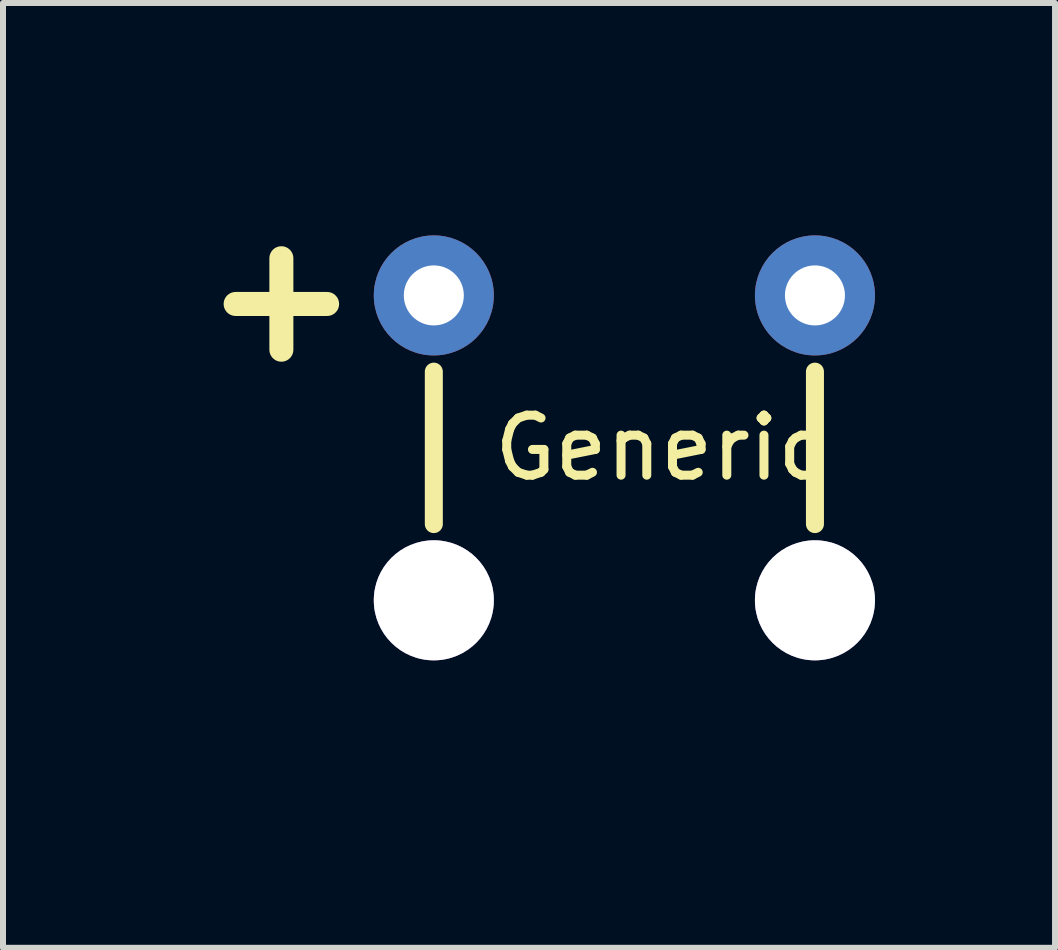
<source format=kicad_pcb>
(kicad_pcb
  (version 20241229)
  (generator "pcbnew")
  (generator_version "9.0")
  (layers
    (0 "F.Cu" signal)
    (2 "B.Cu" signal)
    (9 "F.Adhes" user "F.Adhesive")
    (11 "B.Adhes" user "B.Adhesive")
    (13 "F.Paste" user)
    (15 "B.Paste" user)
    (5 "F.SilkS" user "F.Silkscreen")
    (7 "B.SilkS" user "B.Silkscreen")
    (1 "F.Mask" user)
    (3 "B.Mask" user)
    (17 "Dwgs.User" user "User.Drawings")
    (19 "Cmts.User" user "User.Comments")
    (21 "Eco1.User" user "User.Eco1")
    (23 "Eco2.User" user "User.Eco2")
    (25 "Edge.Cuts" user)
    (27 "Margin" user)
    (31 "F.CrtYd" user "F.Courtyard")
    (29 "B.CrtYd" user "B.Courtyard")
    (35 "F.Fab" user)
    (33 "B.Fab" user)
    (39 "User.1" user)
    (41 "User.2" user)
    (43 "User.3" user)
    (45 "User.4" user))
  (footprint "Generic"
    (layer "F.Cu")
    (at 7.988 9.492)
    (property "Reference" "Generic" (at 0 -5.08 0) (layer "F.SilkS") (effects (font (size 1 1) (thickness 0.15))))
    (attr through_hole)
    (fp_line (start -3.81 -6.35) (end -3.81 -3.81) (stroke (width 0.3) (type solid)) (layer "F.SilkS"))
    (fp_line (start 2.54 -6.35) (end 2.54 -3.81) (stroke (width 0.3) (type solid)) (layer "F.SilkS"))
    (fp_text user "+" (at -6.35 -7.62 0) (layer "F.SilkS") (effects (font (size 2 2) (thickness 0.4))))
    (pad "" thru_hole circle (at -3.81 -2.54) (size 2 2) (drill 2) (layers "*.Cu" "*.Mask"))
    (pad "" thru_hole circle (at 2.54 -2.54) (size 2 2) (drill 2) (layers "*.Cu" "*.Mask"))
    (pad "1" thru_hole circle (at -3.81 -7.62) (size 2 2) (drill 1) (layers "*.Cu" "*.Mask"))
    (pad "2" thru_hole circle (at 2.54 -7.62) (size 2 2) (drill 1) (layers "*.Cu" "*.Mask")))
  (gr_rect
    (start -3 -3)
    (end 14.528 12.742)
    (stroke (width 0.1) (type default))
    (fill no)
    (layer "Edge.Cuts")))
</source>
